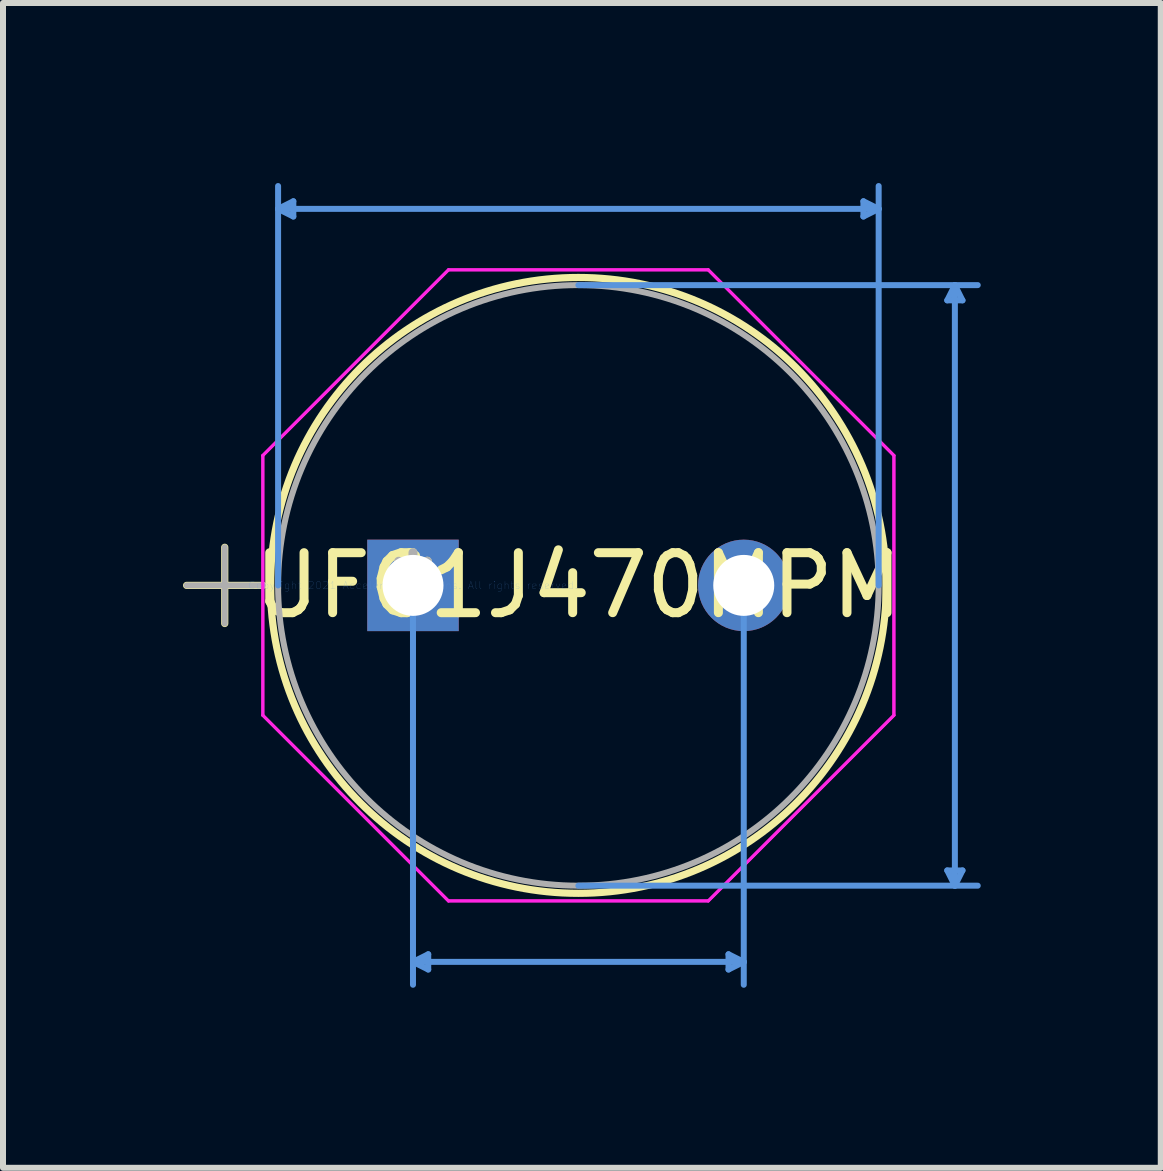
<source format=kicad_pcb>
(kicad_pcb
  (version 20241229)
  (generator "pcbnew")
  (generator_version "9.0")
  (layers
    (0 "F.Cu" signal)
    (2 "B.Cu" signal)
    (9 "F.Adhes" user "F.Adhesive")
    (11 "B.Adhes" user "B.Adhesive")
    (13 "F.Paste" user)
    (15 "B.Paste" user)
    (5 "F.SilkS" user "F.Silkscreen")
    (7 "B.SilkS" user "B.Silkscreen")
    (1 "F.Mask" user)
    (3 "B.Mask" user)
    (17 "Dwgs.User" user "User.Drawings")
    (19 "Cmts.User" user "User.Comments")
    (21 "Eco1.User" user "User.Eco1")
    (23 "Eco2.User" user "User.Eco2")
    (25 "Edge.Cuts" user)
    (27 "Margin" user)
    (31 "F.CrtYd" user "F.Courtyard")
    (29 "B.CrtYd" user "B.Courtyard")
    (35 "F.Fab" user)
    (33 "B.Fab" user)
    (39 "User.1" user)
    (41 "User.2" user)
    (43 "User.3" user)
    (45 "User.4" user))
  (footprint "UFG1J470MPM"
    (layer "F.Cu")
    (at 3.832 6.705)
    (property "Reference" "UFG1J470MPM" (at 2.756 0 0) (layer "F.SilkS") (effects (font (size 1 1) (thickness 0.15))))
    (attr through_hole)
    (fp_line (start -3.772 0) (end -2.502 0) (stroke (width 0.12) (type solid)) (layer "F.SilkS"))
    (fp_line (start -3.137 -0.635) (end -3.137 0.635) (stroke (width 0.12) (type solid)) (layer "F.SilkS"))
    (fp_circle (center 2.756 0) (end 7.887 0) (stroke (width 0.12) (type solid)) (fill no) (layer "F.SilkS"))
    (fp_line (start -2.248 -6.274) (end -1.994 -6.401) (stroke (width 0.1) (type solid)) (layer "Cmts.User"))
    (fp_line (start -2.248 -6.274) (end -1.994 -6.147) (stroke (width 0.1) (type solid)) (layer "Cmts.User"))
    (fp_line (start -2.248 -6.274) (end 7.76 -6.274) (stroke (width 0.1) (type solid)) (layer "Cmts.User"))
    (fp_line (start -2.248 0) (end -2.248 -6.655) (stroke (width 0.1) (type solid)) (layer "Cmts.User"))
    (fp_line (start -1.994 -6.401) (end -1.994 -6.147) (stroke (width 0.1) (type solid)) (layer "Cmts.User"))
    (fp_line (start 0 0) (end 0 6.655) (stroke (width 0.1) (type solid)) (layer "Cmts.User"))
    (fp_line (start 0 6.274) (end 0.254 6.147) (stroke (width 0.1) (type solid)) (layer "Cmts.User"))
    (fp_line (start 0 6.274) (end 0.254 6.401) (stroke (width 0.1) (type solid)) (layer "Cmts.User"))
    (fp_line (start 0 6.274) (end 5.512 6.274) (stroke (width 0.1) (type solid)) (layer "Cmts.User"))
    (fp_line (start 0.254 6.147) (end 0.254 6.401) (stroke (width 0.1) (type solid)) (layer "Cmts.User"))
    (fp_line (start 2.756 -5.004) (end 9.411 -5.004) (stroke (width 0.1) (type solid)) (layer "Cmts.User"))
    (fp_line (start 2.756 5.004) (end 9.411 5.004) (stroke (width 0.1) (type solid)) (layer "Cmts.User"))
    (fp_line (start 5.258 6.147) (end 5.258 6.401) (stroke (width 0.1) (type solid)) (layer "Cmts.User"))
    (fp_line (start 5.512 0) (end 5.512 6.655) (stroke (width 0.1) (type solid)) (layer "Cmts.User"))
    (fp_line (start 5.512 6.274) (end 5.258 6.147) (stroke (width 0.1) (type solid)) (layer "Cmts.User"))
    (fp_line (start 5.512 6.274) (end 5.258 6.401) (stroke (width 0.1) (type solid)) (layer "Cmts.User"))
    (fp_line (start 7.506 -6.401) (end 7.506 -6.147) (stroke (width 0.1) (type solid)) (layer "Cmts.User"))
    (fp_line (start 7.76 -6.274) (end 7.506 -6.401) (stroke (width 0.1) (type solid)) (layer "Cmts.User"))
    (fp_line (start 7.76 -6.274) (end 7.506 -6.147) (stroke (width 0.1) (type solid)) (layer "Cmts.User"))
    (fp_line (start 7.76 0) (end 7.76 -6.655) (stroke (width 0.1) (type solid)) (layer "Cmts.User"))
    (fp_line (start 8.903 -4.75) (end 9.157 -4.75) (stroke (width 0.1) (type solid)) (layer "Cmts.User"))
    (fp_line (start 8.903 4.75) (end 9.157 4.75) (stroke (width 0.1) (type solid)) (layer "Cmts.User"))
    (fp_line (start 9.03 -5.004) (end 8.903 -4.75) (stroke (width 0.1) (type solid)) (layer "Cmts.User"))
    (fp_line (start 9.03 -5.004) (end 9.03 5.004) (stroke (width 0.1) (type solid)) (layer "Cmts.User"))
    (fp_line (start 9.03 -5.004) (end 9.157 -4.75) (stroke (width 0.1) (type solid)) (layer "Cmts.User"))
    (fp_line (start 9.03 5.004) (end 8.903 4.75) (stroke (width 0.1) (type solid)) (layer "Cmts.User"))
    (fp_line (start 9.03 5.004) (end 9.157 4.75) (stroke (width 0.1) (type solid)) (layer "Cmts.User"))
    (fp_line (start -2.502 -2.165) (end 0.591 -5.258) (stroke (width 0.05) (type solid)) (layer "F.CrtYd"))
    (fp_line (start -2.502 -2.165) (end 0.591 -5.258) (stroke (width 0.05) (type solid)) (layer "F.CrtYd"))
    (fp_line (start -2.502 2.165) (end -2.502 -2.165) (stroke (width 0.05) (type solid)) (layer "F.CrtYd"))
    (fp_line (start -2.502 2.165) (end -2.502 -2.165) (stroke (width 0.05) (type solid)) (layer "F.CrtYd"))
    (fp_line (start 0.591 -5.258) (end 4.921 -5.258) (stroke (width 0.05) (type solid)) (layer "F.CrtYd"))
    (fp_line (start 0.591 -5.258) (end 4.921 -5.258) (stroke (width 0.05) (type solid)) (layer "F.CrtYd"))
    (fp_line (start 0.591 5.258) (end -2.502 2.165) (stroke (width 0.05) (type solid)) (layer "F.CrtYd"))
    (fp_line (start 0.591 5.258) (end -2.502 2.165) (stroke (width 0.05) (type solid)) (layer "F.CrtYd"))
    (fp_line (start 4.921 -5.258) (end 8.014 -2.165) (stroke (width 0.05) (type solid)) (layer "F.CrtYd"))
    (fp_line (start 4.921 -5.258) (end 8.014 -2.165) (stroke (width 0.05) (type solid)) (layer "F.CrtYd"))
    (fp_line (start 4.921 5.258) (end 0.591 5.258) (stroke (width 0.05) (type solid)) (layer "F.CrtYd"))
    (fp_line (start 4.921 5.258) (end 0.591 5.258) (stroke (width 0.05) (type solid)) (layer "F.CrtYd"))
    (fp_line (start 8.014 -2.165) (end 8.014 2.165) (stroke (width 0.05) (type solid)) (layer "F.CrtYd"))
    (fp_line (start 8.014 -2.165) (end 8.014 2.165) (stroke (width 0.05) (type solid)) (layer "F.CrtYd"))
    (fp_line (start 8.014 2.165) (end 4.921 5.258) (stroke (width 0.05) (type solid)) (layer "F.CrtYd"))
    (fp_line (start 8.014 2.165) (end 4.921 5.258) (stroke (width 0.05) (type solid)) (layer "F.CrtYd"))
    (fp_line (start -3.772 0) (end -2.502 0) (stroke (width 0.1) (type solid)) (layer "F.Fab"))
    (fp_line (start -3.137 -0.635) (end -3.137 0.635) (stroke (width 0.1) (type solid)) (layer "F.Fab"))
    (fp_circle (center 2.756 0) (end 7.76 0) (stroke (width 0.1) (type solid)) (fill no) (layer "F.Fab"))
    (fp_text user "*" (at 0 0 0) (layer "F.SilkS") (effects (font (size 1 1) (thickness 0.15))))
    (fp_text user "Copyright 2021 Accelerated Designs. All rights reserved." (at 0 0 0) (layer "Cmts.User") (effects (font (size 0.127 0.127) (thickness 0.002))))
    (fp_text user "*" (at 0 0 0) (layer "F.Fab") (effects (font (size 1 1) (thickness 0.15))))
    (pad "1" thru_hole rect (at 0 0) (size 1.524 1.524) (drill 1.016) (layers "*.Cu" "*.Mask"))
    (pad "2" thru_hole circle (at 5.512 0) (size 1.524 1.524) (drill 1.016) (layers "*.Cu" "*.Mask")))
  (gr_rect
    (start -3 -3)
    (end 16.293 16.41)
    (stroke (width 0.1) (type default))
    (fill no)
    (layer "Edge.Cuts")))
</source>
